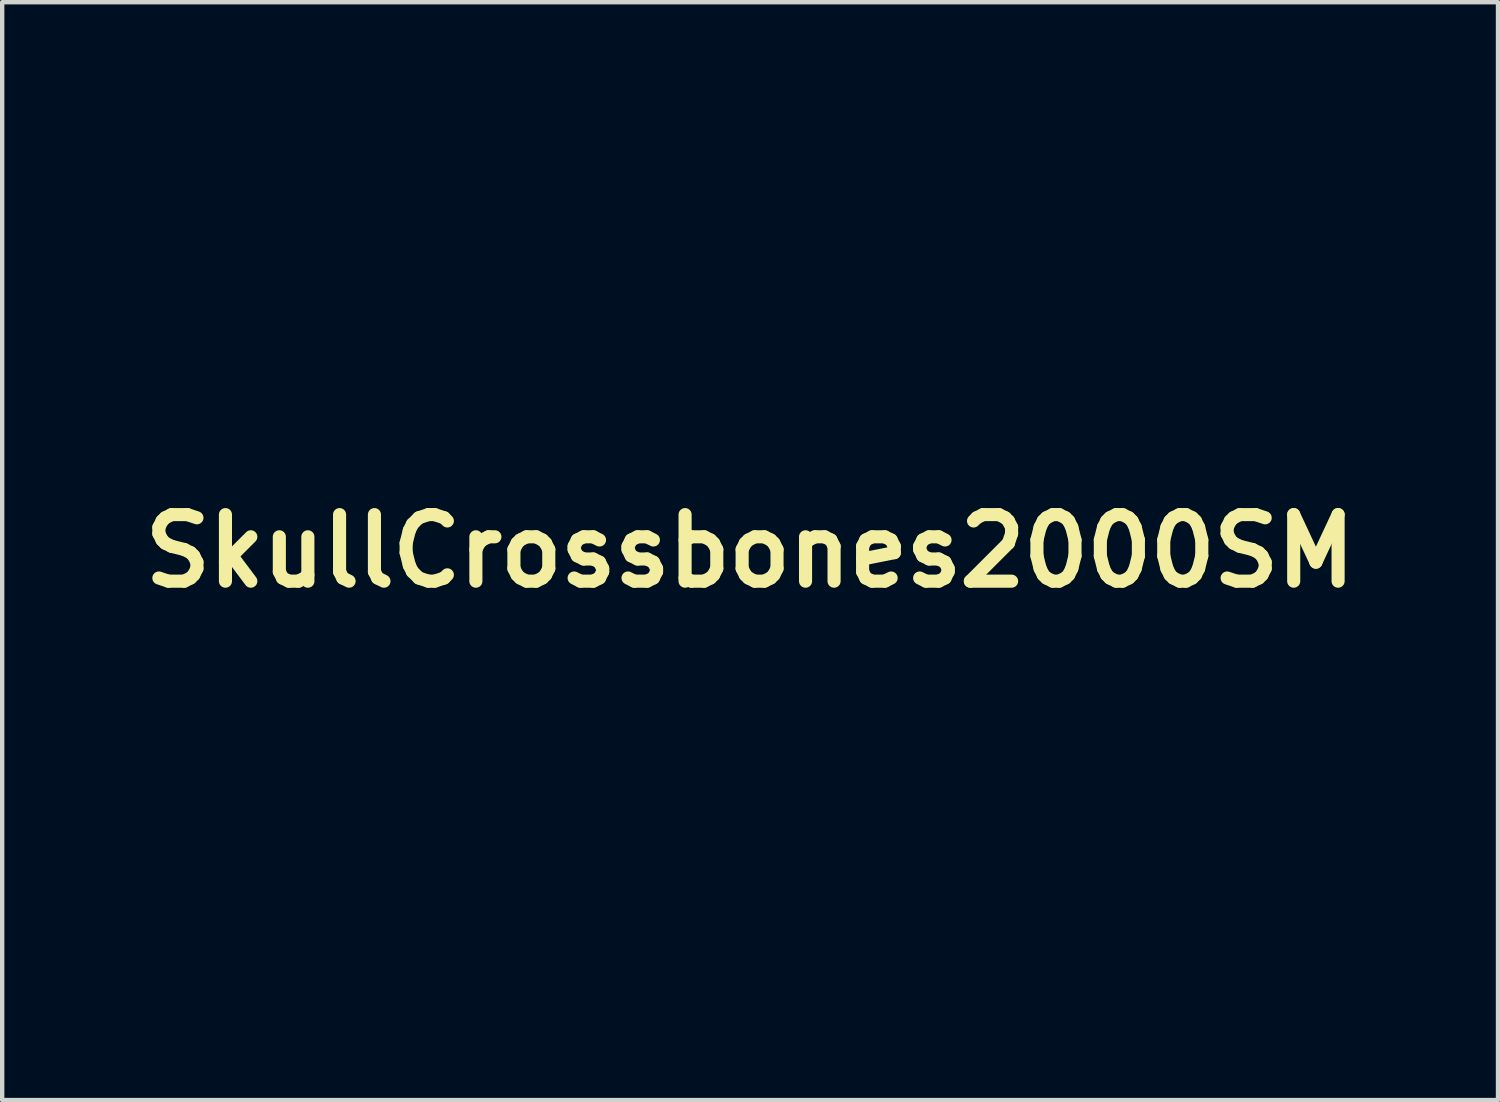
<source format=kicad_pcb>
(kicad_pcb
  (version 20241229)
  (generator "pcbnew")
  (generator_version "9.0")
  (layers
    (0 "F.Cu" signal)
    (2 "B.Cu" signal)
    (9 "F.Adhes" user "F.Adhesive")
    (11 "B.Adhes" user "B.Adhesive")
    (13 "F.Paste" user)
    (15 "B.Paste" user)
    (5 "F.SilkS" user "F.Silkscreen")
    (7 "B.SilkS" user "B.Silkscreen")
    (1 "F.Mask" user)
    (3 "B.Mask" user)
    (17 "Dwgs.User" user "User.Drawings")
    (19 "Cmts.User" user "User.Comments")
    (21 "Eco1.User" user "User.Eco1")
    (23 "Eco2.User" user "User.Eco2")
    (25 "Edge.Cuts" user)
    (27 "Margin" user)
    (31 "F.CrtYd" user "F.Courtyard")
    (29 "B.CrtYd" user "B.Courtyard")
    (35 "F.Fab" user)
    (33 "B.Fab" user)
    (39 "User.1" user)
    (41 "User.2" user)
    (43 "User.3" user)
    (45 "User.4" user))
  (footprint "SkullCrossbones2000SM"
    (layer "F.Cu")
    (at 14.122 9.566)
    (property "Reference" "SkullCrossbones2000SM" (at 0 0 0) (layer "F.SilkS") (effects (font (size 1.524 1.524) (thickness 0.3))))
    (attr through_hole)
    (fp_poly (pts (xy -0.089 5.131) (xy -0.508 5.131) (xy -0.508 4.242) (xy -0.089 4.242) (xy -0.089 5.131)) (stroke (width 0.01) (type solid)) (fill yes) (layer "F.Mask"))
    (fp_poly (pts (xy -0.089 6.121) (xy -0.194 6.119) (xy -0.261 6.117) (xy -0.337 6.113) (xy -0.4 6.11) (xy -0.502 6.102) (xy -0.505 5.718) (xy -0.508 5.334) (xy -0.089 5.334) (xy -0.089 6.121)) (stroke (width 0.01) (type solid)) (fill yes) (layer "F.Mask"))
    (fp_poly (pts (xy 0.521 5.102) (xy 0.462 5.11) (xy 0.424 5.113) (xy 0.369 5.116) (xy 0.306 5.118) (xy 0.265 5.118) (xy 0.127 5.118) (xy 0.127 4.242) (xy 0.246 4.242) (xy 0.31 4.241) (xy 0.375 4.238) (xy 0.431 4.235) (xy 0.443 4.234) (xy 0.521 4.225) (xy 0.521 5.102)) (stroke (width 0.01) (type solid)) (fill yes) (layer "F.Mask"))
    (fp_poly (pts (xy 1.072 5.32) (xy 1.074 5.348) (xy 1.076 5.397) (xy 1.077 5.463) (xy 1.079 5.542) (xy 1.079 5.631) (xy 1.079 5.708) (xy 1.079 6.041) (xy 0.949 6.063) (xy 0.89 6.073) (xy 0.835 6.082) (xy 0.794 6.089) (xy 0.778 6.092) (xy 0.737 6.099) (xy 0.737 5.3) (xy 0.9 5.282) (xy 1.064 5.264) (xy 1.072 5.32)) (stroke (width 0.01) (type solid)) (fill yes) (layer "F.Mask"))
    (fp_poly (pts (xy 0.526 5.71) (xy 0.528 5.807) (xy 0.529 5.896) (xy 0.53 5.973) (xy 0.529 6.036) (xy 0.528 6.082) (xy 0.526 6.106) (xy 0.525 6.109) (xy 0.509 6.113) (xy 0.473 6.118) (xy 0.42 6.123) (xy 0.356 6.127) (xy 0.321 6.129) (xy 0.127 6.138) (xy 0.127 5.338) (xy 0.224 5.33) (xy 0.29 5.325) (xy 0.364 5.322) (xy 0.419 5.321) (xy 0.517 5.321) (xy 0.526 5.71)) (stroke (width 0.01) (type solid)) (fill yes) (layer "F.Mask"))
    (fp_poly (pts (xy -1.64 5.136) (xy -1.607 5.147) (xy -1.555 5.162) (xy -1.494 5.179) (xy -1.43 5.197) (xy -1.37 5.212) (xy -1.322 5.224) (xy -1.317 5.225) (xy -1.282 5.233) (xy -1.286 5.604) (xy -1.287 5.713) (xy -1.288 5.8) (xy -1.29 5.866) (xy -1.292 5.915) (xy -1.296 5.948) (xy -1.302 5.968) (xy -1.31 5.978) (xy -1.32 5.981) (xy -1.332 5.978) (xy -1.34 5.976) (xy -1.356 5.971) (xy -1.392 5.959) (xy -1.442 5.944) (xy -1.502 5.925) (xy -1.521 5.919) (xy -1.689 5.867) (xy -1.689 5.119) (xy -1.64 5.136)) (stroke (width 0.01) (type solid)) (fill yes) (layer "F.Mask"))
    (fp_poly (pts (xy -1.014 4.219) (xy -0.963 4.22) (xy -0.902 4.223) (xy -0.884 4.224) (xy -0.711 4.233) (xy -0.711 5.105) (xy -0.765 5.104) (xy -0.802 5.102) (xy -0.855 5.096) (xy -0.915 5.089) (xy -0.938 5.085) (xy -0.99 5.077) (xy -1.032 5.07) (xy -1.058 5.065) (xy -1.063 5.063) (xy -1.064 5.049) (xy -1.065 5.014) (xy -1.066 4.961) (xy -1.067 4.893) (xy -1.067 4.814) (xy -1.067 4.728) (xy -1.067 4.639) (xy -1.067 4.55) (xy -1.066 4.464) (xy -1.066 4.386) (xy -1.065 4.319) (xy -1.064 4.266) (xy -1.063 4.232) (xy -1.061 4.22) (xy -1.048 4.218) (xy -1.014 4.219)) (stroke (width 0.01) (type solid)) (fill yes) (layer "F.Mask"))
    (fp_poly (pts (xy 2.266 4.878) (xy 2.268 4.911) (xy 2.27 4.963) (xy 2.272 5.031) (xy 2.273 5.112) (xy 2.273 5.203) (xy 2.273 5.217) (xy 2.273 5.572) (xy 2.223 5.605) (xy 2.186 5.628) (xy 2.139 5.655) (xy 2.086 5.685) (xy 2.033 5.713) (xy 1.985 5.738) (xy 1.946 5.756) (xy 1.923 5.765) (xy 1.92 5.766) (xy 1.915 5.759) (xy 1.911 5.736) (xy 1.909 5.695) (xy 1.907 5.635) (xy 1.906 5.554) (xy 1.905 5.45) (xy 1.905 5.406) (xy 1.905 5.046) (xy 2.08 4.959) (xy 2.141 4.928) (xy 2.194 4.902) (xy 2.234 4.881) (xy 2.259 4.869) (xy 2.264 4.867) (xy 2.266 4.878)) (stroke (width 0.01) (type solid)) (fill yes) (layer "F.Mask"))
    (fp_poly (pts (xy -2.226 3.991) (xy -2.194 4.001) (xy -2.15 4.015) (xy -2.136 4.019) (xy -2.077 4.037) (xy -2.016 4.056) (xy -1.966 4.07) (xy -1.965 4.071) (xy -1.892 4.091) (xy -1.892 4.452) (xy -1.893 4.545) (xy -1.894 4.629) (xy -1.895 4.701) (xy -1.897 4.758) (xy -1.899 4.796) (xy -1.901 4.812) (xy -1.902 4.813) (xy -1.916 4.807) (xy -1.949 4.793) (xy -1.993 4.771) (xy -2.038 4.748) (xy -2.095 4.72) (xy -2.146 4.692) (xy -2.187 4.67) (xy -2.207 4.659) (xy -2.248 4.633) (xy -2.248 4.311) (xy -2.248 4.223) (xy -2.247 4.145) (xy -2.246 4.078) (xy -2.244 4.028) (xy -2.243 3.997) (xy -2.241 3.988) (xy -2.226 3.991)) (stroke (width 0.01) (type solid)) (fill yes) (layer "F.Mask"))
    (fp_poly (pts (xy 1.695 5.128) (xy 1.697 5.142) (xy 1.698 5.178) (xy 1.7 5.233) (xy 1.701 5.304) (xy 1.701 5.387) (xy 1.702 5.479) (xy 1.702 5.499) (xy 1.702 5.863) (xy 1.603 5.897) (xy 1.531 5.921) (xy 1.462 5.943) (xy 1.398 5.961) (xy 1.346 5.975) (xy 1.309 5.984) (xy 1.29 5.985) (xy 1.29 5.984) (xy 1.288 5.97) (xy 1.286 5.934) (xy 1.285 5.879) (xy 1.284 5.808) (xy 1.283 5.725) (xy 1.283 5.632) (xy 1.283 5.601) (xy 1.283 5.224) (xy 1.368 5.208) (xy 1.421 5.196) (xy 1.487 5.18) (xy 1.553 5.162) (xy 1.571 5.156) (xy 1.622 5.142) (xy 1.663 5.132) (xy 1.689 5.128) (xy 1.695 5.128)) (stroke (width 0.01) (type solid)) (fill yes) (layer "F.Mask"))
    (fp_poly (pts (xy 2.256 3.992) (xy 2.257 4.027) (xy 2.258 4.08) (xy 2.26 4.148) (xy 2.261 4.228) (xy 2.262 4.299) (xy 2.267 4.616) (xy 2.203 4.658) (xy 2.17 4.678) (xy 2.126 4.704) (xy 2.075 4.732) (xy 2.024 4.76) (xy 1.976 4.784) (xy 1.939 4.803) (xy 1.916 4.812) (xy 1.913 4.813) (xy 1.911 4.801) (xy 1.909 4.767) (xy 1.907 4.713) (xy 1.906 4.644) (xy 1.905 4.562) (xy 1.905 4.47) (xy 1.905 4.445) (xy 1.905 4.078) (xy 1.959 4.064) (xy 1.995 4.054) (xy 2.047 4.039) (xy 2.106 4.022) (xy 2.133 4.013) (xy 2.184 3.998) (xy 2.225 3.986) (xy 2.25 3.98) (xy 2.255 3.979) (xy 2.256 3.992)) (stroke (width 0.01) (type solid)) (fill yes) (layer "F.Mask"))
    (fp_poly (pts (xy -2.228 4.887) (xy -2.193 4.903) (xy -2.144 4.926) (xy -2.086 4.953) (xy -2.059 4.966) (xy -1.889 5.048) (xy -1.897 5.219) (xy -1.9 5.299) (xy -1.903 5.394) (xy -1.904 5.491) (xy -1.905 5.577) (xy -1.905 5.577) (xy -1.906 5.643) (xy -1.907 5.699) (xy -1.91 5.74) (xy -1.913 5.763) (xy -1.915 5.766) (xy -1.929 5.76) (xy -1.96 5.744) (xy -2.003 5.721) (xy -2.032 5.705) (xy -2.087 5.673) (xy -2.142 5.64) (xy -2.187 5.612) (xy -2.2 5.603) (xy -2.261 5.561) (xy -2.261 5.218) (xy -2.26 5.112) (xy -2.26 5.029) (xy -2.258 4.966) (xy -2.256 4.922) (xy -2.253 4.895) (xy -2.249 4.882) (xy -2.245 4.88) (xy -2.228 4.887)) (stroke (width 0.01) (type solid)) (fill yes) (layer "F.Mask"))
    (fp_poly (pts (xy 1.067 4.628) (xy 1.067 4.729) (xy 1.066 4.822) (xy 1.066 4.903) (xy 1.066 4.97) (xy 1.065 5.019) (xy 1.064 5.048) (xy 1.064 5.055) (xy 1.051 5.056) (xy 1.017 5.06) (xy 0.969 5.066) (xy 0.91 5.074) (xy 0.909 5.074) (xy 0.849 5.081) (xy 0.799 5.087) (xy 0.764 5.091) (xy 0.748 5.093) (xy 0.748 5.093) (xy 0.743 5.081) (xy 0.737 5.051) (xy 0.732 5.015) (xy 0.73 4.981) (xy 0.728 4.926) (xy 0.726 4.855) (xy 0.725 4.77) (xy 0.724 4.678) (xy 0.724 4.583) (xy 0.724 4.23) (xy 0.765 4.224) (xy 0.796 4.22) (xy 0.843 4.216) (xy 0.901 4.212) (xy 0.937 4.21) (xy 1.067 4.202) (xy 1.067 4.628)) (stroke (width 0.01) (type solid)) (fill yes) (layer "F.Mask"))
    (fp_poly (pts (xy -1.664 4.141) (xy -1.628 4.146) (xy -1.576 4.153) (xy -1.512 4.162) (xy -1.468 4.168) (xy -1.266 4.196) (xy -1.274 4.5) (xy -1.277 4.593) (xy -1.279 4.684) (xy -1.281 4.768) (xy -1.282 4.839) (xy -1.283 4.893) (xy -1.283 4.911) (xy -1.283 4.963) (xy -1.286 4.995) (xy -1.291 5.01) (xy -1.301 5.016) (xy -1.305 5.016) (xy -1.325 5.012) (xy -1.364 5.002) (xy -1.416 4.988) (xy -1.473 4.971) (xy -1.534 4.953) (xy -1.589 4.936) (xy -1.631 4.922) (xy -1.654 4.913) (xy -1.689 4.899) (xy -1.689 4.52) (xy -1.689 4.424) (xy -1.688 4.338) (xy -1.687 4.263) (xy -1.685 4.203) (xy -1.683 4.162) (xy -1.68 4.141) (xy -1.68 4.14) (xy -1.664 4.141)) (stroke (width 0.01) (type solid)) (fill yes) (layer "F.Mask"))
    (fp_poly (pts (xy -1.025 5.283) (xy -0.977 5.288) (xy -0.922 5.294) (xy -0.864 5.302) (xy -0.81 5.311) (xy -0.765 5.318) (xy -0.735 5.325) (xy -0.726 5.329) (xy -0.724 5.344) (xy -0.723 5.381) (xy -0.721 5.438) (xy -0.721 5.509) (xy -0.721 5.593) (xy -0.721 5.686) (xy -0.721 5.712) (xy -0.723 5.825) (xy -0.724 5.915) (xy -0.727 5.983) (xy -0.729 6.032) (xy -0.733 6.063) (xy -0.737 6.079) (xy -0.74 6.082) (xy -0.76 6.079) (xy -0.797 6.074) (xy -0.832 6.069) (xy -0.888 6.06) (xy -0.952 6.05) (xy -0.994 6.044) (xy -1.079 6.03) (xy -1.079 5.659) (xy -1.079 5.564) (xy -1.079 5.478) (xy -1.078 5.404) (xy -1.077 5.344) (xy -1.076 5.303) (xy -1.074 5.283) (xy -1.074 5.282) (xy -1.059 5.28) (xy -1.025 5.283)) (stroke (width 0.01) (type solid)) (fill yes) (layer "F.Mask"))
    (fp_poly (pts (xy 1.686 4.145) (xy 1.687 4.181) (xy 1.689 4.235) (xy 1.69 4.303) (xy 1.691 4.381) (xy 1.691 4.465) (xy 1.691 4.551) (xy 1.691 4.635) (xy 1.69 4.714) (xy 1.689 4.784) (xy 1.687 4.841) (xy 1.685 4.881) (xy 1.683 4.9) (xy 1.683 4.901) (xy 1.665 4.91) (xy 1.629 4.923) (xy 1.579 4.939) (xy 1.522 4.956) (xy 1.462 4.973) (xy 1.406 4.987) (xy 1.384 4.992) (xy 1.345 5.001) (xy 1.314 5.009) (xy 1.307 5.011) (xy 1.296 5.01) (xy 1.289 4.997) (xy 1.283 4.967) (xy 1.278 4.92) (xy 1.276 4.879) (xy 1.274 4.818) (xy 1.272 4.742) (xy 1.271 4.655) (xy 1.27 4.562) (xy 1.27 4.503) (xy 1.27 4.185) (xy 1.475 4.156) (xy 1.544 4.146) (xy 1.603 4.139) (xy 1.649 4.133) (xy 1.677 4.13) (xy 1.683 4.13) (xy 1.686 4.145)) (stroke (width 0.01) (type solid)) (fill yes) (layer "F.Mask"))
    (fp_poly (pts (xy 3.965 5.713) (xy 3.998 5.728) (xy 4.052 5.752) (xy 4.124 5.785) (xy 4.213 5.826) (xy 4.318 5.875) (xy 4.437 5.93) (xy 4.569 5.991) (xy 4.712 6.058) (xy 4.866 6.129) (xy 5.028 6.204) (xy 5.196 6.282) (xy 5.251 6.307) (xy 5.424 6.388) (xy 5.592 6.465) (xy 5.753 6.54) (xy 5.906 6.61) (xy 6.049 6.676) (xy 6.18 6.736) (xy 6.299 6.791) (xy 6.403 6.838) (xy 6.49 6.878) (xy 6.56 6.909) (xy 6.61 6.931) (xy 6.639 6.944) (xy 6.642 6.945) (xy 6.791 6.993) (xy 6.945 7.022) (xy 7.062 7.032) (xy 7.151 7.034) (xy 7.237 7.03) (xy 7.328 7.019) (xy 7.429 7.001) (xy 7.546 6.974) (xy 7.582 6.965) (xy 7.709 6.935) (xy 7.817 6.915) (xy 7.914 6.903) (xy 8.003 6.901) (xy 8.091 6.908) (xy 8.184 6.923) (xy 8.236 6.934) (xy 8.349 6.965) (xy 8.451 7) (xy 8.54 7.04) (xy 8.612 7.081) (xy 8.663 7.124) (xy 8.681 7.146) (xy 8.696 7.188) (xy 8.692 7.238) (xy 8.669 7.296) (xy 8.625 7.364) (xy 8.561 7.442) (xy 8.476 7.531) (xy 8.37 7.63) (xy 8.242 7.742) (xy 8.225 7.756) (xy 8.112 7.852) (xy 8.017 7.933) (xy 7.94 8.002) (xy 7.879 8.058) (xy 7.834 8.104) (xy 7.803 8.14) (xy 7.785 8.167) (xy 7.784 8.168) (xy 7.774 8.19) (xy 7.766 8.216) (xy 7.758 8.251) (xy 7.75 8.295) (xy 7.743 8.352) (xy 7.734 8.425) (xy 7.726 8.516) (xy 7.715 8.628) (xy 7.709 8.703) (xy 7.697 8.832) (xy 7.686 8.94) (xy 7.674 9.031) (xy 7.662 9.11) (xy 7.647 9.18) (xy 7.631 9.246) (xy 7.611 9.312) (xy 7.605 9.332) (xy 7.582 9.395) (xy 7.56 9.442) (xy 7.536 9.478) (xy 7.511 9.507) (xy 7.469 9.544) (xy 7.431 9.561) (xy 7.389 9.559) (xy 7.336 9.54) (xy 7.329 9.537) (xy 7.272 9.506) (xy 7.204 9.46) (xy 7.13 9.404) (xy 7.053 9.341) (xy 6.981 9.277) (xy 6.917 9.214) (xy 6.867 9.159) (xy 6.849 9.135) (xy 6.828 9.101) (xy 6.799 9.049) (xy 6.763 8.984) (xy 6.725 8.909) (xy 6.685 8.831) (xy 6.676 8.814) (xy 6.609 8.682) (xy 6.545 8.568) (xy 6.482 8.469) (xy 6.416 8.379) (xy 6.344 8.293) (xy 6.261 8.205) (xy 6.242 8.185) (xy 6.102 8.045) (xy 4.857 7.4) (xy 4.692 7.314) (xy 4.532 7.231) (xy 4.381 7.152) (xy 4.238 7.078) (xy 4.107 7.009) (xy 3.987 6.947) (xy 3.881 6.891) (xy 3.79 6.843) (xy 3.715 6.804) (xy 3.658 6.774) (xy 3.621 6.754) (xy 3.604 6.745) (xy 3.604 6.745) (xy 3.606 6.731) (xy 3.618 6.699) (xy 3.638 6.652) (xy 3.665 6.595) (xy 3.682 6.559) (xy 3.763 6.382) (xy 3.829 6.2) (xy 3.885 6.006) (xy 3.911 5.893) (xy 3.925 5.828) (xy 3.938 5.774) (xy 3.947 5.733) (xy 3.953 5.711) (xy 3.954 5.708) (xy 3.965 5.713)) (stroke (width 0.01) (type solid)) (fill yes) (layer "F.Mask"))
    (fp_poly (pts (xy 8.708 -0.244) (xy 8.711 -0.243) (xy 8.747 -0.228) (xy 8.777 -0.205) (xy 8.803 -0.171) (xy 8.828 -0.12) (xy 8.855 -0.05) (xy 8.865 -0.022) (xy 8.918 0.154) (xy 8.958 0.325) (xy 8.986 0.498) (xy 9.003 0.681) (xy 9.009 0.845) (xy 9.011 0.923) (xy 9.013 0.98) (xy 9.016 1.021) (xy 9.021 1.05) (xy 9.029 1.073) (xy 9.039 1.094) (xy 9.046 1.107) (xy 9.066 1.133) (xy 9.101 1.172) (xy 9.147 1.22) (xy 9.202 1.275) (xy 9.262 1.331) (xy 9.265 1.333) (xy 9.346 1.411) (xy 9.43 1.493) (xy 9.513 1.577) (xy 9.594 1.662) (xy 9.67 1.746) (xy 9.741 1.826) (xy 9.804 1.899) (xy 9.857 1.965) (xy 9.898 2.02) (xy 9.926 2.063) (xy 9.938 2.091) (xy 9.938 2.099) (xy 9.932 2.122) (xy 9.926 2.15) (xy 9.913 2.179) (xy 9.888 2.216) (xy 9.872 2.237) (xy 9.82 2.283) (xy 9.757 2.322) (xy 9.679 2.354) (xy 9.584 2.379) (xy 9.47 2.399) (xy 9.332 2.414) (xy 9.328 2.414) (xy 9.219 2.423) (xy 9.129 2.427) (xy 9.051 2.427) (xy 8.979 2.422) (xy 8.905 2.411) (xy 8.825 2.394) (xy 8.743 2.375) (xy 8.575 2.337) (xy 8.422 2.315) (xy 8.28 2.308) (xy 8.142 2.316) (xy 8.005 2.341) (xy 7.863 2.381) (xy 7.76 2.418) (xy 7.737 2.428) (xy 7.691 2.449) (xy 7.626 2.479) (xy 7.541 2.518) (xy 7.439 2.565) (xy 7.321 2.62) (xy 7.187 2.683) (xy 7.039 2.752) (xy 6.879 2.827) (xy 6.708 2.907) (xy 6.527 2.992) (xy 6.337 3.081) (xy 6.14 3.174) (xy 5.937 3.269) (xy 5.805 3.332) (xy 5.601 3.428) (xy 5.403 3.522) (xy 5.212 3.612) (xy 5.03 3.697) (xy 4.858 3.778) (xy 4.697 3.854) (xy 4.548 3.924) (xy 4.412 3.987) (xy 4.292 4.044) (xy 4.187 4.093) (xy 4.1 4.133) (xy 4.031 4.165) (xy 3.981 4.188) (xy 3.953 4.201) (xy 3.946 4.204) (xy 3.94 4.192) (xy 3.938 4.157) (xy 3.941 4.102) (xy 3.941 4.098) (xy 3.955 3.971) (xy 3.979 3.829) (xy 4.01 3.677) (xy 4.043 3.542) (xy 4.064 3.467) (xy 4.09 3.379) (xy 4.12 3.284) (xy 4.152 3.186) (xy 4.185 3.092) (xy 4.215 3.007) (xy 4.242 2.935) (xy 4.261 2.889) (xy 4.289 2.826) (xy 5.803 2.083) (xy 6.024 1.975) (xy 6.223 1.877) (xy 6.402 1.789) (xy 6.562 1.71) (xy 6.704 1.64) (xy 6.829 1.578) (xy 6.939 1.523) (xy 7.035 1.475) (xy 7.117 1.432) (xy 7.188 1.394) (xy 7.249 1.361) (xy 7.3 1.332) (xy 7.343 1.305) (xy 7.379 1.281) (xy 7.41 1.259) (xy 7.436 1.238) (xy 7.459 1.218) (xy 7.481 1.197) (xy 7.501 1.175) (xy 7.522 1.151) (xy 7.545 1.125) (xy 7.555 1.114) (xy 7.619 1.038) (xy 7.677 0.961) (xy 7.732 0.878) (xy 7.786 0.785) (xy 7.84 0.679) (xy 7.898 0.556) (xy 7.955 0.427) (xy 8.004 0.321) (xy 8.05 0.233) (xy 8.098 0.159) (xy 8.153 0.093) (xy 8.218 0.028) (xy 8.27 -0.019) (xy 8.371 -0.102) (xy 8.459 -0.166) (xy 8.535 -0.212) (xy 8.601 -0.239) (xy 8.658 -0.25) (xy 8.708 -0.244)) (stroke (width 0.01) (type solid)) (fill yes) (layer "F.Mask"))
    (fp_poly (pts (xy -3.935 5.707) (xy -3.929 5.727) (xy -3.922 5.763) (xy -3.918 5.785) (xy -3.908 5.844) (xy -3.89 5.921) (xy -3.869 6.008) (xy -3.845 6.099) (xy -3.82 6.186) (xy -3.795 6.263) (xy -3.777 6.316) (xy -3.753 6.375) (xy -3.722 6.446) (xy -3.688 6.522) (xy -3.656 6.589) (xy -3.628 6.646) (xy -3.606 6.694) (xy -3.59 6.729) (xy -3.583 6.747) (xy -3.583 6.749) (xy -3.595 6.755) (xy -3.628 6.772) (xy -3.68 6.8) (xy -3.75 6.837) (xy -3.837 6.883) (xy -3.94 6.938) (xy -4.056 6.999) (xy -4.185 7.067) (xy -4.325 7.141) (xy -4.474 7.221) (xy -4.632 7.304) (xy -4.796 7.391) (xy -4.845 7.417) (xy -5.012 7.505) (xy -5.173 7.59) (xy -5.327 7.672) (xy -5.472 7.749) (xy -5.607 7.821) (xy -5.73 7.887) (xy -5.841 7.945) (xy -5.936 7.996) (xy -6.015 8.039) (xy -6.077 8.072) (xy -6.119 8.095) (xy -6.141 8.107) (xy -6.143 8.109) (xy -6.182 8.142) (xy -6.232 8.198) (xy -6.291 8.273) (xy -6.359 8.367) (xy -6.434 8.478) (xy -6.515 8.604) (xy -6.602 8.746) (xy -6.642 8.814) (xy -6.694 8.9) (xy -6.737 8.97) (xy -6.773 9.028) (xy -6.809 9.079) (xy -6.845 9.128) (xy -6.888 9.18) (xy -6.939 9.241) (xy -7.001 9.312) (xy -7.055 9.375) (xy -7.098 9.421) (xy -7.133 9.455) (xy -7.164 9.48) (xy -7.195 9.5) (xy -7.23 9.519) (xy -7.306 9.551) (xy -7.368 9.563) (xy -7.42 9.557) (xy -7.466 9.531) (xy -7.467 9.53) (xy -7.497 9.502) (xy -7.521 9.472) (xy -7.54 9.436) (xy -7.556 9.39) (xy -7.57 9.331) (xy -7.582 9.256) (xy -7.593 9.162) (xy -7.603 9.077) (xy -7.622 8.894) (xy -7.64 8.735) (xy -7.658 8.598) (xy -7.675 8.483) (xy -7.691 8.388) (xy -7.708 8.311) (xy -7.724 8.252) (xy -7.741 8.208) (xy -7.75 8.191) (xy -7.766 8.172) (xy -7.797 8.139) (xy -7.843 8.091) (xy -7.901 8.033) (xy -7.969 7.966) (xy -8.045 7.892) (xy -8.127 7.813) (xy -8.166 7.777) (xy -8.269 7.678) (xy -8.355 7.596) (xy -8.426 7.526) (xy -8.482 7.468) (xy -8.527 7.42) (xy -8.561 7.379) (xy -8.587 7.345) (xy -8.605 7.314) (xy -8.617 7.285) (xy -8.626 7.257) (xy -8.629 7.243) (xy -8.63 7.185) (xy -8.612 7.12) (xy -8.576 7.056) (xy -8.574 7.053) (xy -8.553 7.026) (xy -8.53 7.008) (xy -8.498 6.994) (xy -8.45 6.979) (xy -8.438 6.975) (xy -8.291 6.94) (xy -8.158 6.918) (xy -8.033 6.91) (xy -7.909 6.916) (xy -7.779 6.935) (xy -7.636 6.968) (xy -7.625 6.97) (xy -7.509 7) (xy -7.41 7.022) (xy -7.324 7.036) (xy -7.244 7.044) (xy -7.164 7.047) (xy -7.079 7.045) (xy -7.068 7.044) (xy -6.993 7.039) (xy -6.923 7.032) (xy -6.855 7.022) (xy -6.787 7.009) (xy -6.715 6.99) (xy -6.637 6.967) (xy -6.551 6.936) (xy -6.452 6.899) (xy -6.338 6.853) (xy -6.207 6.799) (xy -6.071 6.741) (xy -5.856 6.647) (xy -5.622 6.54) (xy -5.372 6.422) (xy -5.108 6.293) (xy -4.834 6.156) (xy -4.55 6.011) (xy -4.261 5.86) (xy -4.255 5.857) (xy -4.15 5.802) (xy -4.066 5.76) (xy -4.002 5.729) (xy -3.959 5.711) (xy -3.938 5.706) (xy -3.935 5.707)) (stroke (width 0.01) (type solid)) (fill yes) (layer "F.Mask"))
    (fp_poly (pts (xy -8.606 -0.175) (xy -8.548 -0.153) (xy -8.429 -0.092) (xy -8.314 -0.01) (xy -8.208 0.087) (xy -8.118 0.195) (xy -8.094 0.231) (xy -8.07 0.27) (xy -8.039 0.327) (xy -8.002 0.397) (xy -7.963 0.473) (xy -7.926 0.55) (xy -7.862 0.679) (xy -7.803 0.788) (xy -7.746 0.881) (xy -7.689 0.964) (xy -7.628 1.04) (xy -7.561 1.114) (xy -7.52 1.156) (xy -7.474 1.201) (xy -7.435 1.237) (xy -7.399 1.268) (xy -7.361 1.295) (xy -7.318 1.323) (xy -7.263 1.354) (xy -7.193 1.392) (xy -7.15 1.415) (xy -7.08 1.453) (xy -6.992 1.499) (xy -6.892 1.551) (xy -6.783 1.607) (xy -6.671 1.665) (xy -6.561 1.721) (xy -6.505 1.75) (xy -6.425 1.79) (xy -6.331 1.837) (xy -6.224 1.89) (xy -6.106 1.948) (xy -5.979 2.01) (xy -5.846 2.075) (xy -5.708 2.143) (xy -5.566 2.211) (xy -5.423 2.281) (xy -5.281 2.349) (xy -5.141 2.416) (xy -5.006 2.481) (xy -4.877 2.543) (xy -4.756 2.601) (xy -4.646 2.653) (xy -4.547 2.7) (xy -4.462 2.74) (xy -4.393 2.772) (xy -4.341 2.795) (xy -4.309 2.809) (xy -4.299 2.812) (xy -4.287 2.819) (xy -4.273 2.836) (xy -4.256 2.866) (xy -4.236 2.912) (xy -4.212 2.975) (xy -4.182 3.057) (xy -4.147 3.16) (xy -4.12 3.239) (xy -4.051 3.46) (xy -3.996 3.673) (xy -3.956 3.867) (xy -3.946 3.93) (xy -3.938 3.997) (xy -3.932 4.063) (xy -3.927 4.123) (xy -3.926 4.174) (xy -3.926 4.211) (xy -3.93 4.227) (xy -3.932 4.228) (xy -3.946 4.222) (xy -3.979 4.207) (xy -4.03 4.183) (xy -4.096 4.151) (xy -4.172 4.114) (xy -4.258 4.073) (xy -4.305 4.049) (xy -4.518 3.945) (xy -4.751 3.832) (xy -5 3.711) (xy -5.263 3.584) (xy -5.537 3.452) (xy -5.818 3.318) (xy -6.102 3.181) (xy -6.388 3.045) (xy -6.672 2.911) (xy -6.95 2.779) (xy -7.22 2.652) (xy -7.303 2.614) (xy -7.458 2.541) (xy -7.591 2.481) (xy -7.701 2.432) (xy -7.789 2.394) (xy -7.855 2.368) (xy -7.899 2.354) (xy -7.906 2.352) (xy -7.952 2.344) (xy -8.009 2.338) (xy -8.082 2.334) (xy -8.174 2.332) (xy -8.249 2.331) (xy -8.34 2.331) (xy -8.414 2.333) (xy -8.477 2.336) (xy -8.537 2.341) (xy -8.601 2.349) (xy -8.676 2.361) (xy -8.75 2.374) (xy -8.953 2.404) (xy -9.139 2.419) (xy -9.31 2.418) (xy -9.47 2.401) (xy -9.621 2.368) (xy -9.741 2.329) (xy -9.822 2.294) (xy -9.88 2.261) (xy -9.917 2.225) (xy -9.934 2.185) (xy -9.933 2.139) (xy -9.925 2.108) (xy -9.894 2.035) (xy -9.846 1.956) (xy -9.782 1.87) (xy -9.698 1.775) (xy -9.596 1.67) (xy -9.473 1.555) (xy -9.425 1.512) (xy -9.319 1.416) (xy -9.231 1.335) (xy -9.161 1.266) (xy -9.107 1.209) (xy -9.068 1.163) (xy -9.043 1.125) (xy -9.031 1.096) (xy -9.026 1.068) (xy -9.021 1.02) (xy -9.015 0.957) (xy -9.01 0.882) (xy -9.005 0.801) (xy -9.004 0.794) (xy -8.995 0.639) (xy -8.984 0.507) (xy -8.972 0.393) (xy -8.958 0.294) (xy -8.941 0.206) (xy -8.921 0.126) (xy -8.897 0.05) (xy -8.895 0.045) (xy -8.878 -0.002) (xy -8.861 -0.038) (xy -8.84 -0.07) (xy -8.81 -0.106) (xy -8.777 -0.143) (xy -8.742 -0.173) (xy -8.706 -0.188) (xy -8.662 -0.189) (xy -8.606 -0.175)) (stroke (width 0.01) (type solid)) (fill yes) (layer "F.Mask"))
    (fp_poly (pts (xy 3.868 2.45) (xy 3.86 2.482) (xy 3.842 2.534) (xy 3.816 2.602) (xy 3.807 2.626) (xy 3.694 2.926) (xy 3.6 3.21) (xy 3.526 3.479) (xy 3.47 3.732) (xy 3.434 3.97) (xy 3.422 4.102) (xy 3.419 4.174) (xy 3.422 4.238) (xy 3.431 4.307) (xy 3.44 4.356) (xy 3.467 4.523) (xy 3.483 4.695) (xy 3.49 4.878) (xy 3.488 5.073) (xy 3.473 5.334) (xy 3.444 5.58) (xy 3.401 5.809) (xy 3.344 6.02) (xy 3.274 6.212) (xy 3.24 6.287) (xy 3.142 6.473) (xy 3.026 6.656) (xy 2.895 6.833) (xy 2.751 7.003) (xy 2.598 7.161) (xy 2.438 7.304) (xy 2.274 7.43) (xy 2.109 7.536) (xy 2.005 7.592) (xy 1.904 7.637) (xy 1.782 7.687) (xy 1.643 7.738) (xy 1.493 7.789) (xy 1.492 7.789) (xy 1.347 7.834) (xy 1.206 7.872) (xy 1.066 7.903) (xy 0.923 7.928) (xy 0.773 7.948) (xy 0.611 7.963) (xy 0.434 7.973) (xy 0.238 7.979) (xy 0.114 7.981) (xy 0.005 7.982) (xy -0.105 7.982) (xy -0.211 7.982) (xy -0.308 7.981) (xy -0.391 7.979) (xy -0.454 7.976) (xy -0.464 7.975) (xy -0.609 7.964) (xy -0.757 7.949) (xy -0.9 7.931) (xy -1.029 7.91) (xy -1.092 7.898) (xy -1.211 7.872) (xy -1.338 7.84) (xy -1.468 7.805) (xy -1.595 7.767) (xy -1.716 7.728) (xy -1.827 7.689) (xy -1.921 7.652) (xy -1.996 7.619) (xy -2 7.617) (xy -2.17 7.519) (xy -2.338 7.399) (xy -2.503 7.26) (xy -2.661 7.105) (xy -2.811 6.937) (xy -2.949 6.759) (xy -3.073 6.574) (xy -3.18 6.385) (xy -3.268 6.196) (xy -3.307 6.092) (xy -3.363 5.905) (xy -3.408 5.702) (xy -3.442 5.486) (xy -3.465 5.265) (xy -3.477 5.042) (xy -3.476 4.824) (xy -3.463 4.617) (xy -3.437 4.425) (xy -3.434 4.407) (xy -3.417 4.302) (xy -3.408 4.211) (xy -3.407 4.122) (xy -3.413 4.026) (xy -3.416 3.996) (xy -3.442 3.806) (xy -3.48 3.609) (xy -3.53 3.403) (xy -3.593 3.185) (xy -3.67 2.953) (xy -3.76 2.708) (xy -3.787 2.641) (xy -3.81 2.58) (xy -3.83 2.531) (xy -3.844 2.498) (xy -3.849 2.488) (xy -3.857 2.465) (xy -3.857 2.455) (xy -3.842 2.456) (xy -3.81 2.463) (xy -3.767 2.474) (xy -3.761 2.476) (xy -3.714 2.491) (xy -3.685 2.504) (xy -3.667 2.52) (xy -3.652 2.546) (xy -3.644 2.563) (xy -3.608 2.647) (xy -3.566 2.75) (xy -3.52 2.867) (xy -3.473 2.993) (xy -3.425 3.123) (xy -3.379 3.251) (xy -3.337 3.373) (xy -3.303 3.472) (xy -3.239 3.677) (xy -3.183 3.868) (xy -3.134 4.052) (xy -3.092 4.235) (xy -3.053 4.421) (xy -3.018 4.618) (xy -2.985 4.83) (xy -2.965 4.971) (xy -2.92 5.299) (xy -2.87 5.36) (xy -2.791 5.446) (xy -2.694 5.539) (xy -2.586 5.634) (xy -2.472 5.725) (xy -2.358 5.808) (xy -2.267 5.868) (xy -2.192 5.911) (xy -2.1 5.959) (xy -1.999 6.008) (xy -1.896 6.055) (xy -1.798 6.098) (xy -1.712 6.131) (xy -1.689 6.139) (xy -1.491 6.199) (xy -1.283 6.251) (xy -1.06 6.294) (xy -0.822 6.328) (xy -0.564 6.355) (xy -0.285 6.375) (xy -0.279 6.375) (xy 0.024 6.386) (xy 0.309 6.385) (xy 0.578 6.371) (xy 0.836 6.344) (xy 1.084 6.303) (xy 1.327 6.248) (xy 1.556 6.183) (xy 1.781 6.106) (xy 1.991 6.019) (xy 2.185 5.924) (xy 2.362 5.821) (xy 2.52 5.712) (xy 2.657 5.598) (xy 2.772 5.479) (xy 2.864 5.356) (xy 2.879 5.332) (xy 2.893 5.307) (xy 2.905 5.282) (xy 2.914 5.253) (xy 2.923 5.215) (xy 2.932 5.165) (xy 2.941 5.098) (xy 2.953 5.011) (xy 2.982 4.801) (xy 3.01 4.611) (xy 3.04 4.436) (xy 3.072 4.271) (xy 3.108 4.112) (xy 3.148 3.953) (xy 3.194 3.789) (xy 3.246 3.615) (xy 3.307 3.426) (xy 3.327 3.365) (xy 3.361 3.265) (xy 3.398 3.161) (xy 3.435 3.056) (xy 3.474 2.952) (xy 3.511 2.854) (xy 3.547 2.763) (xy 3.579 2.682) (xy 3.607 2.616) (xy 3.629 2.566) (xy 3.645 2.536) (xy 3.65 2.53) (xy 3.669 2.518) (xy 3.705 2.5) (xy 3.749 2.48) (xy 3.795 2.461) (xy 3.835 2.446) (xy 3.862 2.439) (xy 3.866 2.438) (xy 3.868 2.45)) (stroke (width 0.01) (type solid)) (fill yes) (layer "F.Mask"))
    (fp_poly (pts (xy 0.433 -9.558) (xy 0.675 -9.549) (xy 0.907 -9.534) (xy 1.135 -9.512) (xy 1.362 -9.482) (xy 1.594 -9.445) (xy 1.837 -9.4) (xy 2.064 -9.352) (xy 2.349 -9.287) (xy 2.625 -9.216) (xy 2.891 -9.142) (xy 3.144 -9.065) (xy 3.383 -8.984) (xy 3.606 -8.902) (xy 3.811 -8.818) (xy 3.997 -8.734) (xy 4.161 -8.649) (xy 4.301 -8.565) (xy 4.317 -8.554) (xy 4.446 -8.463) (xy 4.586 -8.354) (xy 4.73 -8.233) (xy 4.874 -8.104) (xy 5.015 -7.97) (xy 5.147 -7.837) (xy 5.265 -7.708) (xy 5.297 -7.67) (xy 5.514 -7.395) (xy 5.708 -7.11) (xy 5.879 -6.814) (xy 6.028 -6.507) (xy 6.153 -6.189) (xy 6.255 -5.861) (xy 6.333 -5.522) (xy 6.389 -5.172) (xy 6.407 -5.011) (xy 6.415 -4.908) (xy 6.421 -4.787) (xy 6.424 -4.655) (xy 6.426 -4.517) (xy 6.425 -4.379) (xy 6.423 -4.247) (xy 6.418 -4.126) (xy 6.411 -4.022) (xy 6.407 -3.984) (xy 6.36 -3.656) (xy 6.29 -3.335) (xy 6.196 -3.023) (xy 6.08 -2.721) (xy 5.943 -2.43) (xy 5.783 -2.151) (xy 5.603 -1.885) (xy 5.512 -1.766) (xy 5.473 -1.718) (xy 5.44 -1.679) (xy 5.416 -1.653) (xy 5.403 -1.642) (xy 5.402 -1.642) (xy 5.396 -1.66) (xy 5.388 -1.701) (xy 5.381 -1.76) (xy 5.374 -1.834) (xy 5.367 -1.919) (xy 5.361 -2.013) (xy 5.356 -2.111) (xy 5.352 -2.21) (xy 5.351 -2.252) (xy 5.348 -2.417) (xy 5.349 -2.56) (xy 5.354 -2.689) (xy 5.365 -2.806) (xy 5.381 -2.919) (xy 5.404 -3.03) (xy 5.434 -3.146) (xy 5.472 -3.27) (xy 5.519 -3.409) (xy 5.531 -3.442) (xy 5.579 -3.578) (xy 5.618 -3.697) (xy 5.651 -3.803) (xy 5.678 -3.9) (xy 5.7 -3.994) (xy 5.717 -4.088) (xy 5.731 -4.187) (xy 5.742 -4.296) (xy 5.752 -4.419) (xy 5.761 -4.56) (xy 5.765 -4.642) (xy 5.771 -4.815) (xy 5.767 -4.969) (xy 5.753 -5.105) (xy 5.729 -5.229) (xy 5.694 -5.342) (xy 5.648 -5.45) (xy 5.645 -5.457) (xy 5.615 -5.51) (xy 5.579 -5.566) (xy 5.541 -5.619) (xy 5.503 -5.666) (xy 5.469 -5.701) (xy 5.443 -5.722) (xy 5.431 -5.726) (xy 5.418 -5.717) (xy 5.391 -5.692) (xy 5.351 -5.654) (xy 5.304 -5.607) (xy 5.25 -5.553) (xy 5.247 -5.549) (xy 5.077 -5.375) (xy 5.129 -5.31) (xy 5.167 -5.254) (xy 5.198 -5.192) (xy 5.222 -5.122) (xy 5.24 -5.041) (xy 5.25 -4.947) (xy 5.255 -4.838) (xy 5.253 -4.712) (xy 5.245 -4.566) (xy 5.231 -4.398) (xy 5.226 -4.346) (xy 5.216 -4.25) (xy 5.203 -4.163) (xy 5.186 -4.077) (xy 5.165 -3.989) (xy 5.137 -3.893) (xy 5.102 -3.784) (xy 5.058 -3.657) (xy 5.055 -3.649) (xy 5.006 -3.51) (xy 4.966 -3.39) (xy 4.933 -3.284) (xy 4.907 -3.188) (xy 4.886 -3.098) (xy 4.87 -3.01) (xy 4.856 -2.918) (xy 4.846 -2.819) (xy 4.838 -2.725) (xy 4.832 -2.62) (xy 4.829 -2.496) (xy 4.828 -2.361) (xy 4.831 -2.22) (xy 4.836 -2.081) (xy 4.843 -1.95) (xy 4.853 -1.833) (xy 4.857 -1.791) (xy 4.876 -1.645) (xy 4.901 -1.478) (xy 4.932 -1.292) (xy 4.968 -1.092) (xy 5.008 -0.88) (xy 5.018 -0.832) (xy 5.046 -0.689) (xy 5.07 -0.568) (xy 5.089 -0.466) (xy 5.105 -0.382) (xy 5.118 -0.311) (xy 5.128 -0.252) (xy 5.135 -0.201) (xy 5.141 -0.157) (xy 5.145 -0.115) (xy 5.148 -0.075) (xy 5.15 -0.032) (xy 5.152 0.006) (xy 5.152 0.232) (xy 5.136 0.455) (xy 5.103 0.671) (xy 5.054 0.876) (xy 4.991 1.067) (xy 4.933 1.2) (xy 4.892 1.279) (xy 4.847 1.35) (xy 4.796 1.414) (xy 4.739 1.474) (xy 4.672 1.53) (xy 4.593 1.583) (xy 4.501 1.635) (xy 4.394 1.687) (xy 4.269 1.74) (xy 4.125 1.796) (xy 3.959 1.856) (xy 3.85 1.894) (xy 3.705 1.945) (xy 3.579 1.993) (xy 3.468 2.039) (xy 3.366 2.086) (xy 3.268 2.137) (xy 3.17 2.192) (xy 3.152 2.203) (xy 3.019 2.285) (xy 2.904 2.362) (xy 2.805 2.435) (xy 2.715 2.509) (xy 2.631 2.587) (xy 2.621 2.597) (xy 2.488 2.745) (xy 2.378 2.9) (xy 2.291 3.064) (xy 2.227 3.238) (xy 2.184 3.425) (xy 2.161 3.626) (xy 2.161 3.638) (xy 2.153 3.79) (xy 2.038 3.826) (xy 1.848 3.877) (xy 1.634 3.921) (xy 1.397 3.958) (xy 1.136 3.988) (xy 1.058 3.995) (xy 0.908 4.006) (xy 0.736 4.015) (xy 0.55 4.023) (xy 0.353 4.029) (xy 0.15 4.033) (xy -0.052 4.035) (xy -0.251 4.035) (xy -0.44 4.034) (xy -0.614 4.03) (xy -0.743 4.025) (xy -0.995 4.01) (xy -1.226 3.989) (xy -1.438 3.963) (xy -1.635 3.931) (xy -1.821 3.892) (xy -1.953 3.859) (xy -2.095 3.82) (xy -2.095 3.751) (xy -2.108 3.549) (xy -2.145 3.353) (xy -2.207 3.162) (xy -2.292 2.978) (xy -2.401 2.802) (xy -2.531 2.638) (xy -2.599 2.569) (xy -2.686 2.492) (xy -2.786 2.413) (xy -2.896 2.333) (xy -3.009 2.257) (xy -3.122 2.187) (xy -3.23 2.127) (xy -3.327 2.081) (xy -3.333 2.079) (xy -3.379 2.061) (xy -3.429 2.043) (xy -1.219 2.043) (xy -1.215 2.167) (xy -1.201 2.296) (xy -1.181 2.422) (xy -1.154 2.539) (xy -1.122 2.642) (xy -1.098 2.7) (xy -1.062 2.762) (xy -1.018 2.82) (xy -0.971 2.869) (xy -0.927 2.901) (xy -0.921 2.904) (xy -0.865 2.916) (xy -0.797 2.909) (xy -0.72 2.883) (xy -0.69 2.869) (xy -0.627 2.831) (xy -0.553 2.775) (xy -0.472 2.705) (xy -0.387 2.625) (xy -0.303 2.537) (xy -0.273 2.503) (xy -0.23 2.454) (xy -0.193 2.411) (xy -0.166 2.377) (xy -0.151 2.358) (xy -0.149 2.356) (xy -0.147 2.34) (xy -0.146 2.301) (xy -0.144 2.242) (xy -0.143 2.164) (xy -0.142 2.069) (xy -0.141 1.96) (xy -0.14 1.838) (xy -0.14 1.707) (xy -0.139 1.568) (xy -0.139 1.422) (xy -0.139 1.274) (xy -0.139 1.154) (xy 0.152 1.154) (xy 0.152 1.18) (xy 0.152 2.353) (xy 0.24 2.456) (xy 0.296 2.519) (xy 0.36 2.587) (xy 0.427 2.655) (xy 0.494 2.718) (xy 0.555 2.773) (xy 0.606 2.815) (xy 0.626 2.83) (xy 0.683 2.865) (xy 0.743 2.895) (xy 0.799 2.916) (xy 0.845 2.927) (xy 0.87 2.926) (xy 0.891 2.921) (xy 0.918 2.915) (xy 0.969 2.892) (xy 1.02 2.847) (xy 1.069 2.782) (xy 1.114 2.702) (xy 1.151 2.609) (xy 1.159 2.584) (xy 1.182 2.508) (xy 1.198 2.438) (xy 1.21 2.367) (xy 1.218 2.291) (xy 1.223 2.205) (xy 1.224 2.101) (xy 1.224 2.032) (xy 1.219 1.834) (xy 1.205 1.656) (xy 1.182 1.494) (xy 1.149 1.343) (xy 1.105 1.2) (xy 1.06 1.085) (xy 0.969 0.891) (xy 0.865 0.708) (xy 0.749 0.538) (xy 0.626 0.386) (xy 0.497 0.254) (xy 0.481 0.239) (xy 0.415 0.182) (xy 0.35 0.128) (xy 0.291 0.081) (xy 0.24 0.042) (xy 0.199 0.014) (xy 0.172 -0.001) (xy 0.162 -0.002) (xy 0.161 0.012) (xy 0.159 0.049) (xy 0.158 0.109) (xy 0.157 0.188) (xy 0.156 0.286) (xy 0.155 0.4) (xy 0.154 0.528) (xy 0.153 0.67) (xy 0.152 0.823) (xy 0.152 0.985) (xy 0.152 1.154) (xy -0.139 1.154) (xy -0.139 1.124) (xy -0.14 0.974) (xy -0.14 0.827) (xy -0.141 0.686) (xy -0.141 0.551) (xy -0.142 0.426) (xy -0.144 0.313) (xy -0.145 0.213) (xy -0.146 0.129) (xy -0.148 0.062) (xy -0.149 0.016) (xy -0.151 -0.008) (xy -0.152 -0.01) (xy -0.169 -0.005) (xy -0.2 0.015) (xy -0.244 0.047) (xy -0.297 0.089) (xy -0.354 0.136) (xy -0.414 0.188) (xy -0.473 0.241) (xy -0.506 0.273) (xy -0.637 0.412) (xy -0.759 0.567) (xy -0.87 0.734) (xy -0.968 0.909) (xy -1.05 1.087) (xy -1.113 1.265) (xy -1.156 1.437) (xy -1.161 1.467) (xy -1.173 1.543) (xy -1.184 1.632) (xy -1.195 1.726) (xy -1.205 1.821) (xy -1.212 1.909) (xy -1.217 1.985) (xy -1.219 2.042) (xy -1.219 2.043) (xy -3.429 2.043) (xy -3.444 2.037) (xy -3.522 2.011) (xy -3.607 1.983) (xy -3.695 1.955) (xy -3.714 1.949) (xy -3.877 1.898) (xy -4.019 1.85) (xy -4.142 1.806) (xy -4.249 1.763) (xy -4.344 1.719) (xy -4.43 1.675) (xy -4.509 1.628) (xy -4.559 1.596) (xy -4.661 1.519) (xy -4.747 1.432) (xy -4.82 1.331) (xy -4.885 1.213) (xy -4.934 1.099) (xy -5.003 0.89) (xy -5.053 0.668) (xy -5.084 0.432) (xy -5.096 0.18) (xy -5.096 0.133) (xy -5.096 0.075) (xy -5.096 0.024) (xy -5.095 -0.021) (xy -5.092 -0.065) (xy -5.089 -0.109) (xy -5.083 -0.157) (xy -5.076 -0.21) (xy -5.066 -0.273) (xy -5.052 -0.347) (xy -5.036 -0.435) (xy -5.015 -0.54) (xy -4.991 -0.666) (xy -4.966 -0.794) (xy -4.925 -1.005) (xy -4.89 -1.195) (xy -4.86 -1.366) (xy -4.854 -1.405) (xy -4.367 -1.405) (xy -4.363 -1.265) (xy -4.355 -1.214) (xy -4.343 -1.165) (xy -4.321 -1.095) (xy -4.291 -1.01) (xy -4.254 -0.912) (xy -4.211 -0.805) (xy -4.164 -0.692) (xy -4.152 -0.667) (xy -4.123 -0.599) (xy -4.089 -0.516) (xy -4.052 -0.427) (xy -4.018 -0.342) (xy -4.007 -0.315) (xy -3.966 -0.217) (xy -3.929 -0.139) (xy -3.895 -0.079) (xy -3.866 -0.036) (xy -3.74 0.118) (xy -3.611 0.249) (xy -3.479 0.358) (xy -3.367 0.432) (xy -3.298 0.468) (xy -3.214 0.505) (xy -3.122 0.54) (xy -3.031 0.57) (xy -2.953 0.591) (xy -2.888 0.601) (xy -2.808 0.607) (xy -2.722 0.608) (xy -2.639 0.606) (xy -2.565 0.599) (xy -2.52 0.59) (xy -2.441 0.564) (xy -2.352 0.525) (xy -2.261 0.476) (xy -2.179 0.424) (xy -2.13 0.387) (xy -2.078 0.339) (xy -2.014 0.272) (xy -1.941 0.19) (xy -1.861 0.096) (xy -1.776 -0.008) (xy -1.688 -0.12) (xy -1.601 -0.235) (xy -1.515 -0.351) (xy -1.434 -0.466) (xy -1.374 -0.554) (xy -1.292 -0.681) (xy -1.215 -0.809) (xy -1.144 -0.934) (xy -1.081 -1.052) (xy -1.027 -1.162) (xy -0.985 -1.259) (xy -0.956 -1.341) (xy -0.944 -1.384) (xy -0.932 -1.469) (xy -0.925 -1.569) (xy -0.925 -1.588) (xy 0.952 -1.588) (xy 0.958 -1.485) (xy 0.97 -1.395) (xy 0.971 -1.391) (xy 0.992 -1.315) (xy 1.028 -1.222) (xy 1.077 -1.116) (xy 1.137 -0.998) (xy 1.207 -0.871) (xy 1.285 -0.738) (xy 1.37 -0.602) (xy 1.46 -0.466) (xy 1.553 -0.332) (xy 1.649 -0.203) (xy 1.682 -0.159) (xy 1.792 -0.02) (xy 1.889 0.099) (xy 1.977 0.2) (xy 2.056 0.286) (xy 2.129 0.358) (xy 2.198 0.417) (xy 2.265 0.466) (xy 2.332 0.506) (xy 2.401 0.539) (xy 2.474 0.567) (xy 2.515 0.58) (xy 2.556 0.592) (xy 2.594 0.6) (xy 2.633 0.605) (xy 2.682 0.607) (xy 2.746 0.606) (xy 2.788 0.605) (xy 2.865 0.602) (xy 2.925 0.598) (xy 2.974 0.591) (xy 3.022 0.581) (xy 3.074 0.565) (xy 3.087 0.562) (xy 3.229 0.511) (xy 3.352 0.455) (xy 3.464 0.388) (xy 3.571 0.307) (xy 3.679 0.208) (xy 3.684 0.203) (xy 3.791 0.091) (xy 3.878 -0.017) (xy 3.946 -0.119) (xy 3.992 -0.211) (xy 3.995 -0.218) (xy 4.01 -0.259) (xy 4.034 -0.317) (xy 4.063 -0.389) (xy 4.096 -0.468) (xy 4.131 -0.549) (xy 4.137 -0.564) (xy 4.196 -0.704) (xy 4.245 -0.824) (xy 4.286 -0.926) (xy 4.319 -1.013) (xy 4.344 -1.087) (xy 4.364 -1.15) (xy 4.378 -1.206) (xy 4.387 -1.256) (xy 4.392 -1.304) (xy 4.394 -1.352) (xy 4.394 -1.369) (xy 4.382 -1.518) (xy 4.346 -1.664) (xy 4.288 -1.804) (xy 4.21 -1.934) (xy 4.113 -2.051) (xy 4.01 -2.143) (xy 3.93 -2.197) (xy 3.837 -2.25) (xy 3.741 -2.297) (xy 3.651 -2.331) (xy 3.636 -2.336) (xy 3.586 -2.348) (xy 3.514 -2.363) (xy 3.421 -2.379) (xy 3.309 -2.398) (xy 3.18 -2.417) (xy 3.038 -2.438) (xy 2.884 -2.459) (xy 2.72 -2.481) (xy 2.553 -2.502) (xy 2.442 -2.515) (xy 2.33 -2.529) (xy 2.222 -2.543) (xy 2.123 -2.556) (xy 2.037 -2.567) (xy 1.969 -2.576) (xy 1.953 -2.578) (xy 1.858 -2.59) (xy 1.783 -2.598) (xy 1.722 -2.602) (xy 1.67 -2.601) (xy 1.623 -2.596) (xy 1.575 -2.587) (xy 1.563 -2.584) (xy 1.444 -2.543) (xy 1.334 -2.48) (xy 1.234 -2.396) (xy 1.147 -2.293) (xy 1.073 -2.173) (xy 1.014 -2.038) (xy 0.972 -1.889) (xy 0.971 -1.882) (xy 0.958 -1.796) (xy 0.952 -1.695) (xy 0.952 -1.588) (xy -0.925 -1.588) (xy -0.924 -1.674) (xy -0.93 -1.776) (xy -0.941 -1.865) (xy -0.945 -1.884) (xy -0.988 -2.037) (xy -1.047 -2.175) (xy -1.121 -2.296) (xy -1.207 -2.398) (xy -1.306 -2.481) (xy -1.416 -2.543) (xy -1.535 -2.584) (xy -1.637 -2.599) (xy -1.723 -2.6) (xy -1.822 -2.592) (xy -1.867 -2.586) (xy -1.921 -2.578) (xy -1.994 -2.568) (xy -2.08 -2.557) (xy -2.172 -2.546) (xy -2.265 -2.535) (xy -2.28 -2.533) (xy -2.446 -2.513) (xy -2.61 -2.493) (xy -2.77 -2.472) (xy -2.924 -2.451) (xy -3.068 -2.43) (xy -3.201 -2.411) (xy -3.32 -2.392) (xy -3.422 -2.375) (xy -3.505 -2.36) (xy -3.566 -2.346) (xy -3.588 -2.341) (xy -3.733 -2.288) (xy -3.873 -2.216) (xy -3.999 -2.128) (xy -4.079 -2.057) (xy -4.173 -1.946) (xy -4.251 -1.822) (xy -4.31 -1.687) (xy -4.349 -1.547) (xy -4.367 -1.405) (xy -4.854 -1.405) (xy -4.836 -1.521) (xy -4.816 -1.664) (xy -4.8 -1.797) (xy -4.788 -1.923) (xy -4.78 -2.046) (xy -4.775 -2.168) (xy -4.773 -2.292) (xy -4.772 -2.343) (xy -4.774 -2.471) (xy -4.778 -2.601) (xy -4.786 -2.728) (xy -4.795 -2.846) (xy -4.807 -2.951) (xy -4.82 -3.038) (xy -4.826 -3.069) (xy -4.846 -3.149) (xy -4.873 -3.245) (xy -4.909 -3.36) (xy -4.955 -3.495) (xy -5 -3.625) (xy -5.044 -3.752) (xy -5.079 -3.86) (xy -5.107 -3.956) (xy -5.129 -4.044) (xy -5.146 -4.13) (xy -5.159 -4.219) (xy -5.17 -4.315) (xy -5.175 -4.375) (xy -5.183 -4.474) (xy -5.188 -4.577) (xy -5.192 -4.679) (xy -5.195 -4.777) (xy -5.195 -4.865) (xy -5.193 -4.939) (xy -5.19 -4.995) (xy -5.188 -5.013) (xy -5.163 -5.116) (xy -5.128 -5.202) (xy -5.078 -5.275) (xy -5.059 -5.296) (xy -5.018 -5.34) (xy -5.198 -5.53) (xy -5.379 -5.719) (xy -5.446 -5.644) (xy -5.533 -5.533) (xy -5.601 -5.414) (xy -5.653 -5.281) (xy -5.69 -5.131) (xy -5.696 -5.093) (xy -5.706 -5.01) (xy -5.712 -4.907) (xy -5.713 -4.787) (xy -5.711 -4.658) (xy -5.705 -4.522) (xy -5.696 -4.384) (xy -5.684 -4.251) (xy -5.669 -4.125) (xy -5.652 -4.012) (xy -5.633 -3.918) (xy -5.618 -3.861) (xy -5.597 -3.788) (xy -5.572 -3.706) (xy -5.545 -3.623) (xy -5.531 -3.581) (xy -5.483 -3.443) (xy -5.443 -3.325) (xy -5.41 -3.225) (xy -5.383 -3.139) (xy -5.361 -3.064) (xy -5.344 -2.997) (xy -5.331 -2.934) (xy -5.321 -2.873) (xy -5.312 -2.811) (xy -5.306 -2.743) (xy -5.3 -2.667) (xy -5.295 -2.583) (xy -5.287 -2.309) (xy -5.299 -2.02) (xy -5.328 -1.734) (xy -5.338 -1.653) (xy -5.346 -1.595) (xy -5.354 -1.559) (xy -5.363 -1.544) (xy -5.377 -1.548) (xy -5.396 -1.568) (xy -5.423 -1.604) (xy -5.447 -1.638) (xy -5.598 -1.859) (xy -5.739 -2.102) (xy -5.869 -2.363) (xy -5.989 -2.64) (xy -6.095 -2.929) (xy -6.188 -3.228) (xy -6.265 -3.533) (xy -6.293 -3.664) (xy -6.352 -4.002) (xy -6.391 -4.327) (xy -6.41 -4.641) (xy -6.408 -4.945) (xy -6.385 -5.243) (xy -6.341 -5.536) (xy -6.276 -5.826) (xy -6.19 -6.115) (xy -6.139 -6.259) (xy -6.009 -6.574) (xy -5.857 -6.878) (xy -5.682 -7.17) (xy -5.485 -7.45) (xy -5.267 -7.717) (xy -5.026 -7.971) (xy -5.002 -7.995) (xy -4.795 -8.184) (xy -4.584 -8.354) (xy -4.365 -8.508) (xy -4.132 -8.647) (xy -3.882 -8.776) (xy -3.728 -8.847) (xy -3.391 -8.984) (xy -3.035 -9.107) (xy -2.66 -9.217) (xy -2.27 -9.312) (xy -1.866 -9.392) (xy -1.449 -9.458) (xy -1.023 -9.507) (xy -0.589 -9.541) (xy -0.149 -9.558) (xy -0.102 -9.559) (xy 0.176 -9.561) (xy 0.433 -9.558)) (stroke (width 0.01) (type solid)) (fill yes) (layer "F.Mask")))
  (gr_rect
    (start -3 -3)
    (end 31.245 22.135)
    (stroke (width 0.1) (type default))
    (fill no)
    (layer "Edge.Cuts")))
</source>
